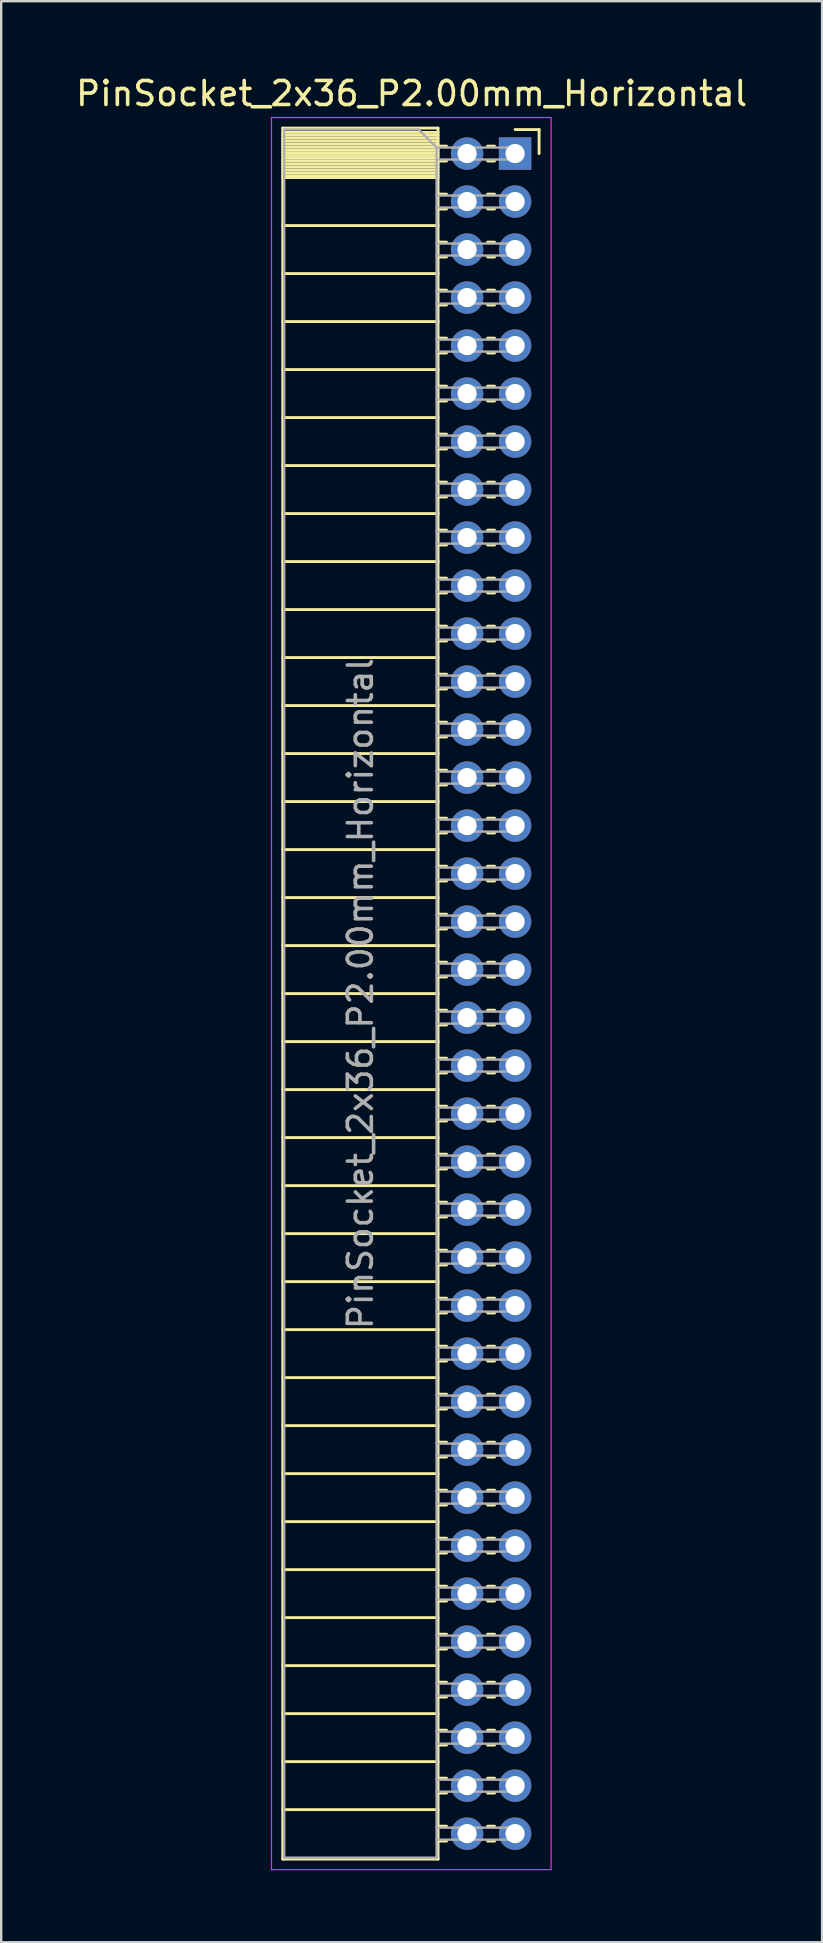
<source format=kicad_pcb>
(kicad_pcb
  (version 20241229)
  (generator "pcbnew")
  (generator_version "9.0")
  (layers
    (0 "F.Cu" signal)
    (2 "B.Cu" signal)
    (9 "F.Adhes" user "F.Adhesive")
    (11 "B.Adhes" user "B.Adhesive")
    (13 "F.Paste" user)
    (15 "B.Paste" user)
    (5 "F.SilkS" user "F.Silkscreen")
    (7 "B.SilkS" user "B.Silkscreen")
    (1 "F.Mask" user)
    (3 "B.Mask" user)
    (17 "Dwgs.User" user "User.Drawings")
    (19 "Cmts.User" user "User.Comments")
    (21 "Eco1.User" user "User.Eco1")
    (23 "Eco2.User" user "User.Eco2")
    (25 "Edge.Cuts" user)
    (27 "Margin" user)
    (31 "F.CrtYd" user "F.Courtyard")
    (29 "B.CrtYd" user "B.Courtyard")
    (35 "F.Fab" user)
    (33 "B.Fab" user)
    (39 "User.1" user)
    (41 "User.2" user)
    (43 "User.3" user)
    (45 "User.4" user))
  (footprint "PinSocket_2x36_P2.00mm_Horizontal"
    (layer "F.Cu")
    (at 18.411 3.348)
    (property "Reference" "PinSocket_2x36_P2.00mm_Horizontal" (at -4.31 -2.5 0) (layer "F.SilkS") (effects (font (size 1 1) (thickness 0.15))))
    (attr through_hole)
    (fp_line (start -9.68 -1.06) (end -3.21 -1.06) (stroke (width 0.12) (type solid)) (layer "F.SilkS"))
    (fp_line (start -9.68 -0.88) (end -3.21 -0.88) (stroke (width 0.12) (type solid)) (layer "F.SilkS"))
    (fp_line (start -9.68 -0.76) (end -3.21 -0.76) (stroke (width 0.12) (type solid)) (layer "F.SilkS"))
    (fp_line (start -9.68 -0.64) (end -3.21 -0.64) (stroke (width 0.12) (type solid)) (layer "F.SilkS"))
    (fp_line (start -9.68 -0.52) (end -3.21 -0.52) (stroke (width 0.12) (type solid)) (layer "F.SilkS"))
    (fp_line (start -9.68 -0.4) (end -3.21 -0.4) (stroke (width 0.12) (type solid)) (layer "F.SilkS"))
    (fp_line (start -9.68 -0.28) (end -3.21 -0.28) (stroke (width 0.12) (type solid)) (layer "F.SilkS"))
    (fp_line (start -9.68 -0.16) (end -3.21 -0.16) (stroke (width 0.12) (type solid)) (layer "F.SilkS"))
    (fp_line (start -9.68 -0.04) (end -3.21 -0.04) (stroke (width 0.12) (type solid)) (layer "F.SilkS"))
    (fp_line (start -9.68 0.08) (end -3.21 0.08) (stroke (width 0.12) (type solid)) (layer "F.SilkS"))
    (fp_line (start -9.68 0.2) (end -3.21 0.2) (stroke (width 0.12) (type solid)) (layer "F.SilkS"))
    (fp_line (start -9.68 0.32) (end -3.21 0.32) (stroke (width 0.12) (type solid)) (layer "F.SilkS"))
    (fp_line (start -9.68 0.44) (end -3.21 0.44) (stroke (width 0.12) (type solid)) (layer "F.SilkS"))
    (fp_line (start -9.68 0.56) (end -3.21 0.56) (stroke (width 0.12) (type solid)) (layer "F.SilkS"))
    (fp_line (start -9.68 0.68) (end -3.21 0.68) (stroke (width 0.12) (type solid)) (layer "F.SilkS"))
    (fp_line (start -9.68 0.8) (end -3.21 0.8) (stroke (width 0.12) (type solid)) (layer "F.SilkS"))
    (fp_line (start -9.68 0.92) (end -3.21 0.92) (stroke (width 0.12) (type solid)) (layer "F.SilkS"))
    (fp_line (start -9.68 1) (end -3.21 1) (stroke (width 0.12) (type solid)) (layer "F.SilkS"))
    (fp_line (start -9.68 3) (end -3.21 3) (stroke (width 0.12) (type solid)) (layer "F.SilkS"))
    (fp_line (start -9.68 5) (end -3.21 5) (stroke (width 0.12) (type solid)) (layer "F.SilkS"))
    (fp_line (start -9.68 7) (end -3.21 7) (stroke (width 0.12) (type solid)) (layer "F.SilkS"))
    (fp_line (start -9.68 9) (end -3.21 9) (stroke (width 0.12) (type solid)) (layer "F.SilkS"))
    (fp_line (start -9.68 11) (end -3.21 11) (stroke (width 0.12) (type solid)) (layer "F.SilkS"))
    (fp_line (start -9.68 13) (end -3.21 13) (stroke (width 0.12) (type solid)) (layer "F.SilkS"))
    (fp_line (start -9.68 15) (end -3.21 15) (stroke (width 0.12) (type solid)) (layer "F.SilkS"))
    (fp_line (start -9.68 17) (end -3.21 17) (stroke (width 0.12) (type solid)) (layer "F.SilkS"))
    (fp_line (start -9.68 19) (end -3.21 19) (stroke (width 0.12) (type solid)) (layer "F.SilkS"))
    (fp_line (start -9.68 21) (end -3.21 21) (stroke (width 0.12) (type solid)) (layer "F.SilkS"))
    (fp_line (start -9.68 23) (end -3.21 23) (stroke (width 0.12) (type solid)) (layer "F.SilkS"))
    (fp_line (start -9.68 25) (end -3.21 25) (stroke (width 0.12) (type solid)) (layer "F.SilkS"))
    (fp_line (start -9.68 27) (end -3.21 27) (stroke (width 0.12) (type solid)) (layer "F.SilkS"))
    (fp_line (start -9.68 29) (end -3.21 29) (stroke (width 0.12) (type solid)) (layer "F.SilkS"))
    (fp_line (start -9.68 31) (end -3.21 31) (stroke (width 0.12) (type solid)) (layer "F.SilkS"))
    (fp_line (start -9.68 33) (end -3.21 33) (stroke (width 0.12) (type solid)) (layer "F.SilkS"))
    (fp_line (start -9.68 35) (end -3.21 35) (stroke (width 0.12) (type solid)) (layer "F.SilkS"))
    (fp_line (start -9.68 37) (end -3.21 37) (stroke (width 0.12) (type solid)) (layer "F.SilkS"))
    (fp_line (start -9.68 39) (end -3.21 39) (stroke (width 0.12) (type solid)) (layer "F.SilkS"))
    (fp_line (start -9.68 41) (end -3.21 41) (stroke (width 0.12) (type solid)) (layer "F.SilkS"))
    (fp_line (start -9.68 43) (end -3.21 43) (stroke (width 0.12) (type solid)) (layer "F.SilkS"))
    (fp_line (start -9.68 45) (end -3.21 45) (stroke (width 0.12) (type solid)) (layer "F.SilkS"))
    (fp_line (start -9.68 47) (end -3.21 47) (stroke (width 0.12) (type solid)) (layer "F.SilkS"))
    (fp_line (start -9.68 49) (end -3.21 49) (stroke (width 0.12) (type solid)) (layer "F.SilkS"))
    (fp_line (start -9.68 51) (end -3.21 51) (stroke (width 0.12) (type solid)) (layer "F.SilkS"))
    (fp_line (start -9.68 53) (end -3.21 53) (stroke (width 0.12) (type solid)) (layer "F.SilkS"))
    (fp_line (start -9.68 55) (end -3.21 55) (stroke (width 0.12) (type solid)) (layer "F.SilkS"))
    (fp_line (start -9.68 57) (end -3.21 57) (stroke (width 0.12) (type solid)) (layer "F.SilkS"))
    (fp_line (start -9.68 59) (end -3.21 59) (stroke (width 0.12) (type solid)) (layer "F.SilkS"))
    (fp_line (start -9.68 61) (end -3.21 61) (stroke (width 0.12) (type solid)) (layer "F.SilkS"))
    (fp_line (start -9.68 63) (end -3.21 63) (stroke (width 0.12) (type solid)) (layer "F.SilkS"))
    (fp_line (start -9.68 65) (end -3.21 65) (stroke (width 0.12) (type solid)) (layer "F.SilkS"))
    (fp_line (start -9.68 67) (end -3.21 67) (stroke (width 0.12) (type solid)) (layer "F.SilkS"))
    (fp_line (start -9.68 69) (end -3.21 69) (stroke (width 0.12) (type solid)) (layer "F.SilkS"))
    (fp_line (start -9.68 71.06) (end -9.68 -1.06) (stroke (width 0.12) (type solid)) (layer "F.SilkS"))
    (fp_line (start -3.21 -1.06) (end -3.21 71.06) (stroke (width 0.12) (type solid)) (layer "F.SilkS"))
    (fp_line (start -3.21 -0.31) (end -2.855 -0.31) (stroke (width 0.12) (type solid)) (layer "F.SilkS"))
    (fp_line (start -3.21 1.69) (end -2.855 1.69) (stroke (width 0.12) (type solid)) (layer "F.SilkS"))
    (fp_line (start -3.21 3.69) (end -2.855 3.69) (stroke (width 0.12) (type solid)) (layer "F.SilkS"))
    (fp_line (start -3.21 5.69) (end -2.855 5.69) (stroke (width 0.12) (type solid)) (layer "F.SilkS"))
    (fp_line (start -3.21 7.69) (end -2.855 7.69) (stroke (width 0.12) (type solid)) (layer "F.SilkS"))
    (fp_line (start -3.21 9.69) (end -2.855 9.69) (stroke (width 0.12) (type solid)) (layer "F.SilkS"))
    (fp_line (start -3.21 11.69) (end -2.855 11.69) (stroke (width 0.12) (type solid)) (layer "F.SilkS"))
    (fp_line (start -3.21 13.69) (end -2.855 13.69) (stroke (width 0.12) (type solid)) (layer "F.SilkS"))
    (fp_line (start -3.21 15.69) (end -2.855 15.69) (stroke (width 0.12) (type solid)) (layer "F.SilkS"))
    (fp_line (start -3.21 17.69) (end -2.855 17.69) (stroke (width 0.12) (type solid)) (layer "F.SilkS"))
    (fp_line (start -3.21 19.69) (end -2.855 19.69) (stroke (width 0.12) (type solid)) (layer "F.SilkS"))
    (fp_line (start -3.21 21.69) (end -2.855 21.69) (stroke (width 0.12) (type solid)) (layer "F.SilkS"))
    (fp_line (start -3.21 23.69) (end -2.855 23.69) (stroke (width 0.12) (type solid)) (layer "F.SilkS"))
    (fp_line (start -3.21 25.69) (end -2.855 25.69) (stroke (width 0.12) (type solid)) (layer "F.SilkS"))
    (fp_line (start -3.21 27.69) (end -2.855 27.69) (stroke (width 0.12) (type solid)) (layer "F.SilkS"))
    (fp_line (start -3.21 29.69) (end -2.855 29.69) (stroke (width 0.12) (type solid)) (layer "F.SilkS"))
    (fp_line (start -3.21 31.69) (end -2.855 31.69) (stroke (width 0.12) (type solid)) (layer "F.SilkS"))
    (fp_line (start -3.21 33.69) (end -2.855 33.69) (stroke (width 0.12) (type solid)) (layer "F.SilkS"))
    (fp_line (start -3.21 35.69) (end -2.855 35.69) (stroke (width 0.12) (type solid)) (layer "F.SilkS"))
    (fp_line (start -3.21 37.69) (end -2.855 37.69) (stroke (width 0.12) (type solid)) (layer "F.SilkS"))
    (fp_line (start -3.21 39.69) (end -2.855 39.69) (stroke (width 0.12) (type solid)) (layer "F.SilkS"))
    (fp_line (start -3.21 41.69) (end -2.855 41.69) (stroke (width 0.12) (type solid)) (layer "F.SilkS"))
    (fp_line (start -3.21 43.69) (end -2.855 43.69) (stroke (width 0.12) (type solid)) (layer "F.SilkS"))
    (fp_line (start -3.21 45.69) (end -2.855 45.69) (stroke (width 0.12) (type solid)) (layer "F.SilkS"))
    (fp_line (start -3.21 47.69) (end -2.855 47.69) (stroke (width 0.12) (type solid)) (layer "F.SilkS"))
    (fp_line (start -3.21 49.69) (end -2.855 49.69) (stroke (width 0.12) (type solid)) (layer "F.SilkS"))
    (fp_line (start -3.21 51.69) (end -2.855 51.69) (stroke (width 0.12) (type solid)) (layer "F.SilkS"))
    (fp_line (start -3.21 53.69) (end -2.855 53.69) (stroke (width 0.12) (type solid)) (layer "F.SilkS"))
    (fp_line (start -3.21 55.69) (end -2.855 55.69) (stroke (width 0.12) (type solid)) (layer "F.SilkS"))
    (fp_line (start -3.21 57.69) (end -2.855 57.69) (stroke (width 0.12) (type solid)) (layer "F.SilkS"))
    (fp_line (start -3.21 59.69) (end -2.855 59.69) (stroke (width 0.12) (type solid)) (layer "F.SilkS"))
    (fp_line (start -3.21 61.69) (end -2.855 61.69) (stroke (width 0.12) (type solid)) (layer "F.SilkS"))
    (fp_line (start -3.21 63.69) (end -2.855 63.69) (stroke (width 0.12) (type solid)) (layer "F.SilkS"))
    (fp_line (start -3.21 65.69) (end -2.855 65.69) (stroke (width 0.12) (type solid)) (layer "F.SilkS"))
    (fp_line (start -3.21 67.69) (end -2.855 67.69) (stroke (width 0.12) (type solid)) (layer "F.SilkS"))
    (fp_line (start -3.21 69.69) (end -2.855 69.69) (stroke (width 0.12) (type solid)) (layer "F.SilkS"))
    (fp_line (start -3.21 71.06) (end -9.68 71.06) (stroke (width 0.12) (type solid)) (layer "F.SilkS"))
    (fp_line (start -2.855 0.31) (end -3.21 0.31) (stroke (width 0.12) (type solid)) (layer "F.SilkS"))
    (fp_line (start -2.855 2.31) (end -3.21 2.31) (stroke (width 0.12) (type solid)) (layer "F.SilkS"))
    (fp_line (start -2.855 4.31) (end -3.21 4.31) (stroke (width 0.12) (type solid)) (layer "F.SilkS"))
    (fp_line (start -2.855 6.31) (end -3.21 6.31) (stroke (width 0.12) (type solid)) (layer "F.SilkS"))
    (fp_line (start -2.855 8.31) (end -3.21 8.31) (stroke (width 0.12) (type solid)) (layer "F.SilkS"))
    (fp_line (start -2.855 10.31) (end -3.21 10.31) (stroke (width 0.12) (type solid)) (layer "F.SilkS"))
    (fp_line (start -2.855 12.31) (end -3.21 12.31) (stroke (width 0.12) (type solid)) (layer "F.SilkS"))
    (fp_line (start -2.855 14.31) (end -3.21 14.31) (stroke (width 0.12) (type solid)) (layer "F.SilkS"))
    (fp_line (start -2.855 16.31) (end -3.21 16.31) (stroke (width 0.12) (type solid)) (layer "F.SilkS"))
    (fp_line (start -2.855 18.31) (end -3.21 18.31) (stroke (width 0.12) (type solid)) (layer "F.SilkS"))
    (fp_line (start -2.855 20.31) (end -3.21 20.31) (stroke (width 0.12) (type solid)) (layer "F.SilkS"))
    (fp_line (start -2.855 22.31) (end -3.21 22.31) (stroke (width 0.12) (type solid)) (layer "F.SilkS"))
    (fp_line (start -2.855 24.31) (end -3.21 24.31) (stroke (width 0.12) (type solid)) (layer "F.SilkS"))
    (fp_line (start -2.855 26.31) (end -3.21 26.31) (stroke (width 0.12) (type solid)) (layer "F.SilkS"))
    (fp_line (start -2.855 28.31) (end -3.21 28.31) (stroke (width 0.12) (type solid)) (layer "F.SilkS"))
    (fp_line (start -2.855 30.31) (end -3.21 30.31) (stroke (width 0.12) (type solid)) (layer "F.SilkS"))
    (fp_line (start -2.855 32.31) (end -3.21 32.31) (stroke (width 0.12) (type solid)) (layer "F.SilkS"))
    (fp_line (start -2.855 34.31) (end -3.21 34.31) (stroke (width 0.12) (type solid)) (layer "F.SilkS"))
    (fp_line (start -2.855 36.31) (end -3.21 36.31) (stroke (width 0.12) (type solid)) (layer "F.SilkS"))
    (fp_line (start -2.855 38.31) (end -3.21 38.31) (stroke (width 0.12) (type solid)) (layer "F.SilkS"))
    (fp_line (start -2.855 40.31) (end -3.21 40.31) (stroke (width 0.12) (type solid)) (layer "F.SilkS"))
    (fp_line (start -2.855 42.31) (end -3.21 42.31) (stroke (width 0.12) (type solid)) (layer "F.SilkS"))
    (fp_line (start -2.855 44.31) (end -3.21 44.31) (stroke (width 0.12) (type solid)) (layer "F.SilkS"))
    (fp_line (start -2.855 46.31) (end -3.21 46.31) (stroke (width 0.12) (type solid)) (layer "F.SilkS"))
    (fp_line (start -2.855 48.31) (end -3.21 48.31) (stroke (width 0.12) (type solid)) (layer "F.SilkS"))
    (fp_line (start -2.855 50.31) (end -3.21 50.31) (stroke (width 0.12) (type solid)) (layer "F.SilkS"))
    (fp_line (start -2.855 52.31) (end -3.21 52.31) (stroke (width 0.12) (type solid)) (layer "F.SilkS"))
    (fp_line (start -2.855 54.31) (end -3.21 54.31) (stroke (width 0.12) (type solid)) (layer "F.SilkS"))
    (fp_line (start -2.855 56.31) (end -3.21 56.31) (stroke (width 0.12) (type solid)) (layer "F.SilkS"))
    (fp_line (start -2.855 58.31) (end -3.21 58.31) (stroke (width 0.12) (type solid)) (layer "F.SilkS"))
    (fp_line (start -2.855 60.31) (end -3.21 60.31) (stroke (width 0.12) (type solid)) (layer "F.SilkS"))
    (fp_line (start -2.855 62.31) (end -3.21 62.31) (stroke (width 0.12) (type solid)) (layer "F.SilkS"))
    (fp_line (start -2.855 64.31) (end -3.21 64.31) (stroke (width 0.12) (type solid)) (layer "F.SilkS"))
    (fp_line (start -2.855 66.31) (end -3.21 66.31) (stroke (width 0.12) (type solid)) (layer "F.SilkS"))
    (fp_line (start -2.855 68.31) (end -3.21 68.31) (stroke (width 0.12) (type solid)) (layer "F.SilkS"))
    (fp_line (start -2.855 70.31) (end -3.21 70.31) (stroke (width 0.12) (type solid)) (layer "F.SilkS"))
    (fp_line (start -1.145 0.31) (end -0.855 0.31) (stroke (width 0.12) (type solid)) (layer "F.SilkS"))
    (fp_line (start -1.145 2.31) (end -0.855 2.31) (stroke (width 0.12) (type solid)) (layer "F.SilkS"))
    (fp_line (start -1.145 4.31) (end -0.855 4.31) (stroke (width 0.12) (type solid)) (layer "F.SilkS"))
    (fp_line (start -1.145 6.31) (end -0.855 6.31) (stroke (width 0.12) (type solid)) (layer "F.SilkS"))
    (fp_line (start -1.145 8.31) (end -0.855 8.31) (stroke (width 0.12) (type solid)) (layer "F.SilkS"))
    (fp_line (start -1.145 10.31) (end -0.855 10.31) (stroke (width 0.12) (type solid)) (layer "F.SilkS"))
    (fp_line (start -1.145 12.31) (end -0.855 12.31) (stroke (width 0.12) (type solid)) (layer "F.SilkS"))
    (fp_line (start -1.145 14.31) (end -0.855 14.31) (stroke (width 0.12) (type solid)) (layer "F.SilkS"))
    (fp_line (start -1.145 16.31) (end -0.855 16.31) (stroke (width 0.12) (type solid)) (layer "F.SilkS"))
    (fp_line (start -1.145 18.31) (end -0.855 18.31) (stroke (width 0.12) (type solid)) (layer "F.SilkS"))
    (fp_line (start -1.145 20.31) (end -0.855 20.31) (stroke (width 0.12) (type solid)) (layer "F.SilkS"))
    (fp_line (start -1.145 22.31) (end -0.855 22.31) (stroke (width 0.12) (type solid)) (layer "F.SilkS"))
    (fp_line (start -1.145 24.31) (end -0.855 24.31) (stroke (width 0.12) (type solid)) (layer "F.SilkS"))
    (fp_line (start -1.145 26.31) (end -0.855 26.31) (stroke (width 0.12) (type solid)) (layer "F.SilkS"))
    (fp_line (start -1.145 28.31) (end -0.855 28.31) (stroke (width 0.12) (type solid)) (layer "F.SilkS"))
    (fp_line (start -1.145 30.31) (end -0.855 30.31) (stroke (width 0.12) (type solid)) (layer "F.SilkS"))
    (fp_line (start -1.145 32.31) (end -0.855 32.31) (stroke (width 0.12) (type solid)) (layer "F.SilkS"))
    (fp_line (start -1.145 34.31) (end -0.855 34.31) (stroke (width 0.12) (type solid)) (layer "F.SilkS"))
    (fp_line (start -1.145 36.31) (end -0.855 36.31) (stroke (width 0.12) (type solid)) (layer "F.SilkS"))
    (fp_line (start -1.145 38.31) (end -0.855 38.31) (stroke (width 0.12) (type solid)) (layer "F.SilkS"))
    (fp_line (start -1.145 40.31) (end -0.855 40.31) (stroke (width 0.12) (type solid)) (layer "F.SilkS"))
    (fp_line (start -1.145 42.31) (end -0.855 42.31) (stroke (width 0.12) (type solid)) (layer "F.SilkS"))
    (fp_line (start -1.145 44.31) (end -0.855 44.31) (stroke (width 0.12) (type solid)) (layer "F.SilkS"))
    (fp_line (start -1.145 46.31) (end -0.855 46.31) (stroke (width 0.12) (type solid)) (layer "F.SilkS"))
    (fp_line (start -1.145 48.31) (end -0.855 48.31) (stroke (width 0.12) (type solid)) (layer "F.SilkS"))
    (fp_line (start -1.145 50.31) (end -0.855 50.31) (stroke (width 0.12) (type solid)) (layer "F.SilkS"))
    (fp_line (start -1.145 52.31) (end -0.855 52.31) (stroke (width 0.12) (type solid)) (layer "F.SilkS"))
    (fp_line (start -1.145 54.31) (end -0.855 54.31) (stroke (width 0.12) (type solid)) (layer "F.SilkS"))
    (fp_line (start -1.145 56.31) (end -0.855 56.31) (stroke (width 0.12) (type solid)) (layer "F.SilkS"))
    (fp_line (start -1.145 58.31) (end -0.855 58.31) (stroke (width 0.12) (type solid)) (layer "F.SilkS"))
    (fp_line (start -1.145 60.31) (end -0.855 60.31) (stroke (width 0.12) (type solid)) (layer "F.SilkS"))
    (fp_line (start -1.145 62.31) (end -0.855 62.31) (stroke (width 0.12) (type solid)) (layer "F.SilkS"))
    (fp_line (start -1.145 64.31) (end -0.855 64.31) (stroke (width 0.12) (type solid)) (layer "F.SilkS"))
    (fp_line (start -1.145 66.31) (end -0.855 66.31) (stroke (width 0.12) (type solid)) (layer "F.SilkS"))
    (fp_line (start -1.145 68.31) (end -0.855 68.31) (stroke (width 0.12) (type solid)) (layer "F.SilkS"))
    (fp_line (start -1.145 70.31) (end -0.855 70.31) (stroke (width 0.12) (type solid)) (layer "F.SilkS"))
    (fp_line (start -0.855 -0.31) (end -1.145 -0.31) (stroke (width 0.12) (type solid)) (layer "F.SilkS"))
    (fp_line (start -0.855 1.69) (end -1.145 1.69) (stroke (width 0.12) (type solid)) (layer "F.SilkS"))
    (fp_line (start -0.855 3.69) (end -1.145 3.69) (stroke (width 0.12) (type solid)) (layer "F.SilkS"))
    (fp_line (start -0.855 5.69) (end -1.145 5.69) (stroke (width 0.12) (type solid)) (layer "F.SilkS"))
    (fp_line (start -0.855 7.69) (end -1.145 7.69) (stroke (width 0.12) (type solid)) (layer "F.SilkS"))
    (fp_line (start -0.855 9.69) (end -1.145 9.69) (stroke (width 0.12) (type solid)) (layer "F.SilkS"))
    (fp_line (start -0.855 11.69) (end -1.145 11.69) (stroke (width 0.12) (type solid)) (layer "F.SilkS"))
    (fp_line (start -0.855 13.69) (end -1.145 13.69) (stroke (width 0.12) (type solid)) (layer "F.SilkS"))
    (fp_line (start -0.855 15.69) (end -1.145 15.69) (stroke (width 0.12) (type solid)) (layer "F.SilkS"))
    (fp_line (start -0.855 17.69) (end -1.145 17.69) (stroke (width 0.12) (type solid)) (layer "F.SilkS"))
    (fp_line (start -0.855 19.69) (end -1.145 19.69) (stroke (width 0.12) (type solid)) (layer "F.SilkS"))
    (fp_line (start -0.855 21.69) (end -1.145 21.69) (stroke (width 0.12) (type solid)) (layer "F.SilkS"))
    (fp_line (start -0.855 23.69) (end -1.145 23.69) (stroke (width 0.12) (type solid)) (layer "F.SilkS"))
    (fp_line (start -0.855 25.69) (end -1.145 25.69) (stroke (width 0.12) (type solid)) (layer "F.SilkS"))
    (fp_line (start -0.855 27.69) (end -1.145 27.69) (stroke (width 0.12) (type solid)) (layer "F.SilkS"))
    (fp_line (start -0.855 29.69) (end -1.145 29.69) (stroke (width 0.12) (type solid)) (layer "F.SilkS"))
    (fp_line (start -0.855 31.69) (end -1.145 31.69) (stroke (width 0.12) (type solid)) (layer "F.SilkS"))
    (fp_line (start -0.855 33.69) (end -1.145 33.69) (stroke (width 0.12) (type solid)) (layer "F.SilkS"))
    (fp_line (start -0.855 35.69) (end -1.145 35.69) (stroke (width 0.12) (type solid)) (layer "F.SilkS"))
    (fp_line (start -0.855 37.69) (end -1.145 37.69) (stroke (width 0.12) (type solid)) (layer "F.SilkS"))
    (fp_line (start -0.855 39.69) (end -1.145 39.69) (stroke (width 0.12) (type solid)) (layer "F.SilkS"))
    (fp_line (start -0.855 41.69) (end -1.145 41.69) (stroke (width 0.12) (type solid)) (layer "F.SilkS"))
    (fp_line (start -0.855 43.69) (end -1.145 43.69) (stroke (width 0.12) (type solid)) (layer "F.SilkS"))
    (fp_line (start -0.855 45.69) (end -1.145 45.69) (stroke (width 0.12) (type solid)) (layer "F.SilkS"))
    (fp_line (start -0.855 47.69) (end -1.145 47.69) (stroke (width 0.12) (type solid)) (layer "F.SilkS"))
    (fp_line (start -0.855 49.69) (end -1.145 49.69) (stroke (width 0.12) (type solid)) (layer "F.SilkS"))
    (fp_line (start -0.855 51.69) (end -1.145 51.69) (stroke (width 0.12) (type solid)) (layer "F.SilkS"))
    (fp_line (start -0.855 53.69) (end -1.145 53.69) (stroke (width 0.12) (type solid)) (layer "F.SilkS"))
    (fp_line (start -0.855 55.69) (end -1.145 55.69) (stroke (width 0.12) (type solid)) (layer "F.SilkS"))
    (fp_line (start -0.855 57.69) (end -1.145 57.69) (stroke (width 0.12) (type solid)) (layer "F.SilkS"))
    (fp_line (start -0.855 59.69) (end -1.145 59.69) (stroke (width 0.12) (type solid)) (layer "F.SilkS"))
    (fp_line (start -0.855 61.69) (end -1.145 61.69) (stroke (width 0.12) (type solid)) (layer "F.SilkS"))
    (fp_line (start -0.855 63.69) (end -1.145 63.69) (stroke (width 0.12) (type solid)) (layer "F.SilkS"))
    (fp_line (start -0.855 65.69) (end -1.145 65.69) (stroke (width 0.12) (type solid)) (layer "F.SilkS"))
    (fp_line (start -0.855 67.69) (end -1.145 67.69) (stroke (width 0.12) (type solid)) (layer "F.SilkS"))
    (fp_line (start -0.855 69.69) (end -1.145 69.69) (stroke (width 0.12) (type solid)) (layer "F.SilkS"))
    (fp_line (start 0 -1) (end 1 -1) (stroke (width 0.12) (type solid)) (layer "F.SilkS"))
    (fp_line (start 1 -1) (end 1 0) (stroke (width 0.12) (type solid)) (layer "F.SilkS"))
    (fp_line (start -10.15 -1.5) (end -10.15 71.5) (stroke (width 0.05) (type solid)) (layer "F.CrtYd"))
    (fp_line (start -10.15 71.5) (end 1.5 71.5) (stroke (width 0.05) (type solid)) (layer "F.CrtYd"))
    (fp_line (start 1.5 -1.5) (end -10.15 -1.5) (stroke (width 0.05) (type solid)) (layer "F.CrtYd"))
    (fp_line (start 1.5 71.5) (end 1.5 -1.5) (stroke (width 0.05) (type solid)) (layer "F.CrtYd"))
    (fp_line (start -9.62 -1) (end -4.02 -1) (stroke (width 0.1) (type solid)) (layer "F.Fab"))
    (fp_line (start -9.62 71) (end -9.62 -1) (stroke (width 0.1) (type solid)) (layer "F.Fab"))
    (fp_line (start -4.02 -1) (end -3.27 -0.25) (stroke (width 0.1) (type solid)) (layer "F.Fab"))
    (fp_line (start -3.27 -0.25) (end -3.27 71) (stroke (width 0.1) (type solid)) (layer "F.Fab"))
    (fp_line (start -3.27 0.25) (end 0 0.25) (stroke (width 0.1) (type solid)) (layer "F.Fab"))
    (fp_line (start -3.27 2.25) (end 0 2.25) (stroke (width 0.1) (type solid)) (layer "F.Fab"))
    (fp_line (start -3.27 4.25) (end 0 4.25) (stroke (width 0.1) (type solid)) (layer "F.Fab"))
    (fp_line (start -3.27 6.25) (end 0 6.25) (stroke (width 0.1) (type solid)) (layer "F.Fab"))
    (fp_line (start -3.27 8.25) (end 0 8.25) (stroke (width 0.1) (type solid)) (layer "F.Fab"))
    (fp_line (start -3.27 10.25) (end 0 10.25) (stroke (width 0.1) (type solid)) (layer "F.Fab"))
    (fp_line (start -3.27 12.25) (end 0 12.25) (stroke (width 0.1) (type solid)) (layer "F.Fab"))
    (fp_line (start -3.27 14.25) (end 0 14.25) (stroke (width 0.1) (type solid)) (layer "F.Fab"))
    (fp_line (start -3.27 16.25) (end 0 16.25) (stroke (width 0.1) (type solid)) (layer "F.Fab"))
    (fp_line (start -3.27 18.25) (end 0 18.25) (stroke (width 0.1) (type solid)) (layer "F.Fab"))
    (fp_line (start -3.27 20.25) (end 0 20.25) (stroke (width 0.1) (type solid)) (layer "F.Fab"))
    (fp_line (start -3.27 22.25) (end 0 22.25) (stroke (width 0.1) (type solid)) (layer "F.Fab"))
    (fp_line (start -3.27 24.25) (end 0 24.25) (stroke (width 0.1) (type solid)) (layer "F.Fab"))
    (fp_line (start -3.27 26.25) (end 0 26.25) (stroke (width 0.1) (type solid)) (layer "F.Fab"))
    (fp_line (start -3.27 28.25) (end 0 28.25) (stroke (width 0.1) (type solid)) (layer "F.Fab"))
    (fp_line (start -3.27 30.25) (end 0 30.25) (stroke (width 0.1) (type solid)) (layer "F.Fab"))
    (fp_line (start -3.27 32.25) (end 0 32.25) (stroke (width 0.1) (type solid)) (layer "F.Fab"))
    (fp_line (start -3.27 34.25) (end 0 34.25) (stroke (width 0.1) (type solid)) (layer "F.Fab"))
    (fp_line (start -3.27 36.25) (end 0 36.25) (stroke (width 0.1) (type solid)) (layer "F.Fab"))
    (fp_line (start -3.27 38.25) (end 0 38.25) (stroke (width 0.1) (type solid)) (layer "F.Fab"))
    (fp_line (start -3.27 40.25) (end 0 40.25) (stroke (width 0.1) (type solid)) (layer "F.Fab"))
    (fp_line (start -3.27 42.25) (end 0 42.25) (stroke (width 0.1) (type solid)) (layer "F.Fab"))
    (fp_line (start -3.27 44.25) (end 0 44.25) (stroke (width 0.1) (type solid)) (layer "F.Fab"))
    (fp_line (start -3.27 46.25) (end 0 46.25) (stroke (width 0.1) (type solid)) (layer "F.Fab"))
    (fp_line (start -3.27 48.25) (end 0 48.25) (stroke (width 0.1) (type solid)) (layer "F.Fab"))
    (fp_line (start -3.27 50.25) (end 0 50.25) (stroke (width 0.1) (type solid)) (layer "F.Fab"))
    (fp_line (start -3.27 52.25) (end 0 52.25) (stroke (width 0.1) (type solid)) (layer "F.Fab"))
    (fp_line (start -3.27 54.25) (end 0 54.25) (stroke (width 0.1) (type solid)) (layer "F.Fab"))
    (fp_line (start -3.27 56.25) (end 0 56.25) (stroke (width 0.1) (type solid)) (layer "F.Fab"))
    (fp_line (start -3.27 58.25) (end 0 58.25) (stroke (width 0.1) (type solid)) (layer "F.Fab"))
    (fp_line (start -3.27 60.25) (end 0 60.25) (stroke (width 0.1) (type solid)) (layer "F.Fab"))
    (fp_line (start -3.27 62.25) (end 0 62.25) (stroke (width 0.1) (type solid)) (layer "F.Fab"))
    (fp_line (start -3.27 64.25) (end 0 64.25) (stroke (width 0.1) (type solid)) (layer "F.Fab"))
    (fp_line (start -3.27 66.25) (end 0 66.25) (stroke (width 0.1) (type solid)) (layer "F.Fab"))
    (fp_line (start -3.27 68.25) (end 0 68.25) (stroke (width 0.1) (type solid)) (layer "F.Fab"))
    (fp_line (start -3.27 70.25) (end 0 70.25) (stroke (width 0.1) (type solid)) (layer "F.Fab"))
    (fp_line (start -3.27 71) (end -9.62 71) (stroke (width 0.1) (type solid)) (layer "F.Fab"))
    (fp_line (start 0 -0.25) (end -3.27 -0.25) (stroke (width 0.1) (type solid)) (layer "F.Fab"))
    (fp_line (start 0 0.25) (end 0 -0.25) (stroke (width 0.1) (type solid)) (layer "F.Fab"))
    (fp_line (start 0 1.75) (end -3.27 1.75) (stroke (width 0.1) (type solid)) (layer "F.Fab"))
    (fp_line (start 0 2.25) (end 0 1.75) (stroke (width 0.1) (type solid)) (layer "F.Fab"))
    (fp_line (start 0 3.75) (end -3.27 3.75) (stroke (width 0.1) (type solid)) (layer "F.Fab"))
    (fp_line (start 0 4.25) (end 0 3.75) (stroke (width 0.1) (type solid)) (layer "F.Fab"))
    (fp_line (start 0 5.75) (end -3.27 5.75) (stroke (width 0.1) (type solid)) (layer "F.Fab"))
    (fp_line (start 0 6.25) (end 0 5.75) (stroke (width 0.1) (type solid)) (layer "F.Fab"))
    (fp_line (start 0 7.75) (end -3.27 7.75) (stroke (width 0.1) (type solid)) (layer "F.Fab"))
    (fp_line (start 0 8.25) (end 0 7.75) (stroke (width 0.1) (type solid)) (layer "F.Fab"))
    (fp_line (start 0 9.75) (end -3.27 9.75) (stroke (width 0.1) (type solid)) (layer "F.Fab"))
    (fp_line (start 0 10.25) (end 0 9.75) (stroke (width 0.1) (type solid)) (layer "F.Fab"))
    (fp_line (start 0 11.75) (end -3.27 11.75) (stroke (width 0.1) (type solid)) (layer "F.Fab"))
    (fp_line (start 0 12.25) (end 0 11.75) (stroke (width 0.1) (type solid)) (layer "F.Fab"))
    (fp_line (start 0 13.75) (end -3.27 13.75) (stroke (width 0.1) (type solid)) (layer "F.Fab"))
    (fp_line (start 0 14.25) (end 0 13.75) (stroke (width 0.1) (type solid)) (layer "F.Fab"))
    (fp_line (start 0 15.75) (end -3.27 15.75) (stroke (width 0.1) (type solid)) (layer "F.Fab"))
    (fp_line (start 0 16.25) (end 0 15.75) (stroke (width 0.1) (type solid)) (layer "F.Fab"))
    (fp_line (start 0 17.75) (end -3.27 17.75) (stroke (width 0.1) (type solid)) (layer "F.Fab"))
    (fp_line (start 0 18.25) (end 0 17.75) (stroke (width 0.1) (type solid)) (layer "F.Fab"))
    (fp_line (start 0 19.75) (end -3.27 19.75) (stroke (width 0.1) (type solid)) (layer "F.Fab"))
    (fp_line (start 0 20.25) (end 0 19.75) (stroke (width 0.1) (type solid)) (layer "F.Fab"))
    (fp_line (start 0 21.75) (end -3.27 21.75) (stroke (width 0.1) (type solid)) (layer "F.Fab"))
    (fp_line (start 0 22.25) (end 0 21.75) (stroke (width 0.1) (type solid)) (layer "F.Fab"))
    (fp_line (start 0 23.75) (end -3.27 23.75) (stroke (width 0.1) (type solid)) (layer "F.Fab"))
    (fp_line (start 0 24.25) (end 0 23.75) (stroke (width 0.1) (type solid)) (layer "F.Fab"))
    (fp_line (start 0 25.75) (end -3.27 25.75) (stroke (width 0.1) (type solid)) (layer "F.Fab"))
    (fp_line (start 0 26.25) (end 0 25.75) (stroke (width 0.1) (type solid)) (layer "F.Fab"))
    (fp_line (start 0 27.75) (end -3.27 27.75) (stroke (width 0.1) (type solid)) (layer "F.Fab"))
    (fp_line (start 0 28.25) (end 0 27.75) (stroke (width 0.1) (type solid)) (layer "F.Fab"))
    (fp_line (start 0 29.75) (end -3.27 29.75) (stroke (width 0.1) (type solid)) (layer "F.Fab"))
    (fp_line (start 0 30.25) (end 0 29.75) (stroke (width 0.1) (type solid)) (layer "F.Fab"))
    (fp_line (start 0 31.75) (end -3.27 31.75) (stroke (width 0.1) (type solid)) (layer "F.Fab"))
    (fp_line (start 0 32.25) (end 0 31.75) (stroke (width 0.1) (type solid)) (layer "F.Fab"))
    (fp_line (start 0 33.75) (end -3.27 33.75) (stroke (width 0.1) (type solid)) (layer "F.Fab"))
    (fp_line (start 0 34.25) (end 0 33.75) (stroke (width 0.1) (type solid)) (layer "F.Fab"))
    (fp_line (start 0 35.75) (end -3.27 35.75) (stroke (width 0.1) (type solid)) (layer "F.Fab"))
    (fp_line (start 0 36.25) (end 0 35.75) (stroke (width 0.1) (type solid)) (layer "F.Fab"))
    (fp_line (start 0 37.75) (end -3.27 37.75) (stroke (width 0.1) (type solid)) (layer "F.Fab"))
    (fp_line (start 0 38.25) (end 0 37.75) (stroke (width 0.1) (type solid)) (layer "F.Fab"))
    (fp_line (start 0 39.75) (end -3.27 39.75) (stroke (width 0.1) (type solid)) (layer "F.Fab"))
    (fp_line (start 0 40.25) (end 0 39.75) (stroke (width 0.1) (type solid)) (layer "F.Fab"))
    (fp_line (start 0 41.75) (end -3.27 41.75) (stroke (width 0.1) (type solid)) (layer "F.Fab"))
    (fp_line (start 0 42.25) (end 0 41.75) (stroke (width 0.1) (type solid)) (layer "F.Fab"))
    (fp_line (start 0 43.75) (end -3.27 43.75) (stroke (width 0.1) (type solid)) (layer "F.Fab"))
    (fp_line (start 0 44.25) (end 0 43.75) (stroke (width 0.1) (type solid)) (layer "F.Fab"))
    (fp_line (start 0 45.75) (end -3.27 45.75) (stroke (width 0.1) (type solid)) (layer "F.Fab"))
    (fp_line (start 0 46.25) (end 0 45.75) (stroke (width 0.1) (type solid)) (layer "F.Fab"))
    (fp_line (start 0 47.75) (end -3.27 47.75) (stroke (width 0.1) (type solid)) (layer "F.Fab"))
    (fp_line (start 0 48.25) (end 0 47.75) (stroke (width 0.1) (type solid)) (layer "F.Fab"))
    (fp_line (start 0 49.75) (end -3.27 49.75) (stroke (width 0.1) (type solid)) (layer "F.Fab"))
    (fp_line (start 0 50.25) (end 0 49.75) (stroke (width 0.1) (type solid)) (layer "F.Fab"))
    (fp_line (start 0 51.75) (end -3.27 51.75) (stroke (width 0.1) (type solid)) (layer "F.Fab"))
    (fp_line (start 0 52.25) (end 0 51.75) (stroke (width 0.1) (type solid)) (layer "F.Fab"))
    (fp_line (start 0 53.75) (end -3.27 53.75) (stroke (width 0.1) (type solid)) (layer "F.Fab"))
    (fp_line (start 0 54.25) (end 0 53.75) (stroke (width 0.1) (type solid)) (layer "F.Fab"))
    (fp_line (start 0 55.75) (end -3.27 55.75) (stroke (width 0.1) (type solid)) (layer "F.Fab"))
    (fp_line (start 0 56.25) (end 0 55.75) (stroke (width 0.1) (type solid)) (layer "F.Fab"))
    (fp_line (start 0 57.75) (end -3.27 57.75) (stroke (width 0.1) (type solid)) (layer "F.Fab"))
    (fp_line (start 0 58.25) (end 0 57.75) (stroke (width 0.1) (type solid)) (layer "F.Fab"))
    (fp_line (start 0 59.75) (end -3.27 59.75) (stroke (width 0.1) (type solid)) (layer "F.Fab"))
    (fp_line (start 0 60.25) (end 0 59.75) (stroke (width 0.1) (type solid)) (layer "F.Fab"))
    (fp_line (start 0 61.75) (end -3.27 61.75) (stroke (width 0.1) (type solid)) (layer "F.Fab"))
    (fp_line (start 0 62.25) (end 0 61.75) (stroke (width 0.1) (type solid)) (layer "F.Fab"))
    (fp_line (start 0 63.75) (end -3.27 63.75) (stroke (width 0.1) (type solid)) (layer "F.Fab"))
    (fp_line (start 0 64.25) (end 0 63.75) (stroke (width 0.1) (type solid)) (layer "F.Fab"))
    (fp_line (start 0 65.75) (end -3.27 65.75) (stroke (width 0.1) (type solid)) (layer "F.Fab"))
    (fp_line (start 0 66.25) (end 0 65.75) (stroke (width 0.1) (type solid)) (layer "F.Fab"))
    (fp_line (start 0 67.75) (end -3.27 67.75) (stroke (width 0.1) (type solid)) (layer "F.Fab"))
    (fp_line (start 0 68.25) (end 0 67.75) (stroke (width 0.1) (type solid)) (layer "F.Fab"))
    (fp_line (start 0 69.75) (end -3.27 69.75) (stroke (width 0.1) (type solid)) (layer "F.Fab"))
    (fp_line (start 0 70.25) (end 0 69.75) (stroke (width 0.1) (type solid)) (layer "F.Fab"))
    (fp_text user "${REFERENCE}" (at -6.445 35 90) (layer "F.Fab") (effects (font (size 1 1) (thickness 0.15))))
    (pad "1" thru_hole rect (at 0 0) (size 1.35 1.35) (drill 0.8) (layers "*.Cu" "*.Mask"))
    (pad "2" thru_hole oval (at -2 0) (size 1.35 1.35) (drill 0.8) (layers "*.Cu" "*.Mask"))
    (pad "3" thru_hole oval (at 0 2) (size 1.35 1.35) (drill 0.8) (layers "*.Cu" "*.Mask"))
    (pad "4" thru_hole oval (at -2 2) (size 1.35 1.35) (drill 0.8) (layers "*.Cu" "*.Mask"))
    (pad "5" thru_hole oval (at 0 4) (size 1.35 1.35) (drill 0.8) (layers "*.Cu" "*.Mask"))
    (pad "6" thru_hole oval (at -2 4) (size 1.35 1.35) (drill 0.8) (layers "*.Cu" "*.Mask"))
    (pad "7" thru_hole oval (at 0 6) (size 1.35 1.35) (drill 0.8) (layers "*.Cu" "*.Mask"))
    (pad "8" thru_hole oval (at -2 6) (size 1.35 1.35) (drill 0.8) (layers "*.Cu" "*.Mask"))
    (pad "9" thru_hole oval (at 0 8) (size 1.35 1.35) (drill 0.8) (layers "*.Cu" "*.Mask"))
    (pad "10" thru_hole oval (at -2 8) (size 1.35 1.35) (drill 0.8) (layers "*.Cu" "*.Mask"))
    (pad "11" thru_hole oval (at 0 10) (size 1.35 1.35) (drill 0.8) (layers "*.Cu" "*.Mask"))
    (pad "12" thru_hole oval (at -2 10) (size 1.35 1.35) (drill 0.8) (layers "*.Cu" "*.Mask"))
    (pad "13" thru_hole oval (at 0 12) (size 1.35 1.35) (drill 0.8) (layers "*.Cu" "*.Mask"))
    (pad "14" thru_hole oval (at -2 12) (size 1.35 1.35) (drill 0.8) (layers "*.Cu" "*.Mask"))
    (pad "15" thru_hole oval (at 0 14) (size 1.35 1.35) (drill 0.8) (layers "*.Cu" "*.Mask"))
    (pad "16" thru_hole oval (at -2 14) (size 1.35 1.35) (drill 0.8) (layers "*.Cu" "*.Mask"))
    (pad "17" thru_hole oval (at 0 16) (size 1.35 1.35) (drill 0.8) (layers "*.Cu" "*.Mask"))
    (pad "18" thru_hole oval (at -2 16) (size 1.35 1.35) (drill 0.8) (layers "*.Cu" "*.Mask"))
    (pad "19" thru_hole oval (at 0 18) (size 1.35 1.35) (drill 0.8) (layers "*.Cu" "*.Mask"))
    (pad "20" thru_hole oval (at -2 18) (size 1.35 1.35) (drill 0.8) (layers "*.Cu" "*.Mask"))
    (pad "21" thru_hole oval (at 0 20) (size 1.35 1.35) (drill 0.8) (layers "*.Cu" "*.Mask"))
    (pad "22" thru_hole oval (at -2 20) (size 1.35 1.35) (drill 0.8) (layers "*.Cu" "*.Mask"))
    (pad "23" thru_hole oval (at 0 22) (size 1.35 1.35) (drill 0.8) (layers "*.Cu" "*.Mask"))
    (pad "24" thru_hole oval (at -2 22) (size 1.35 1.35) (drill 0.8) (layers "*.Cu" "*.Mask"))
    (pad "25" thru_hole oval (at 0 24) (size 1.35 1.35) (drill 0.8) (layers "*.Cu" "*.Mask"))
    (pad "26" thru_hole oval (at -2 24) (size 1.35 1.35) (drill 0.8) (layers "*.Cu" "*.Mask"))
    (pad "27" thru_hole oval (at 0 26) (size 1.35 1.35) (drill 0.8) (layers "*.Cu" "*.Mask"))
    (pad "28" thru_hole oval (at -2 26) (size 1.35 1.35) (drill 0.8) (layers "*.Cu" "*.Mask"))
    (pad "29" thru_hole oval (at 0 28) (size 1.35 1.35) (drill 0.8) (layers "*.Cu" "*.Mask"))
    (pad "30" thru_hole oval (at -2 28) (size 1.35 1.35) (drill 0.8) (layers "*.Cu" "*.Mask"))
    (pad "31" thru_hole oval (at 0 30) (size 1.35 1.35) (drill 0.8) (layers "*.Cu" "*.Mask"))
    (pad "32" thru_hole oval (at -2 30) (size 1.35 1.35) (drill 0.8) (layers "*.Cu" "*.Mask"))
    (pad "33" thru_hole oval (at 0 32) (size 1.35 1.35) (drill 0.8) (layers "*.Cu" "*.Mask"))
    (pad "34" thru_hole oval (at -2 32) (size 1.35 1.35) (drill 0.8) (layers "*.Cu" "*.Mask"))
    (pad "35" thru_hole oval (at 0 34) (size 1.35 1.35) (drill 0.8) (layers "*.Cu" "*.Mask"))
    (pad "36" thru_hole oval (at -2 34) (size 1.35 1.35) (drill 0.8) (layers "*.Cu" "*.Mask"))
    (pad "37" thru_hole oval (at 0 36) (size 1.35 1.35) (drill 0.8) (layers "*.Cu" "*.Mask"))
    (pad "38" thru_hole oval (at -2 36) (size 1.35 1.35) (drill 0.8) (layers "*.Cu" "*.Mask"))
    (pad "39" thru_hole oval (at 0 38) (size 1.35 1.35) (drill 0.8) (layers "*.Cu" "*.Mask"))
    (pad "40" thru_hole oval (at -2 38) (size 1.35 1.35) (drill 0.8) (layers "*.Cu" "*.Mask"))
    (pad "41" thru_hole oval (at 0 40) (size 1.35 1.35) (drill 0.8) (layers "*.Cu" "*.Mask"))
    (pad "42" thru_hole oval (at -2 40) (size 1.35 1.35) (drill 0.8) (layers "*.Cu" "*.Mask"))
    (pad "43" thru_hole oval (at 0 42) (size 1.35 1.35) (drill 0.8) (layers "*.Cu" "*.Mask"))
    (pad "44" thru_hole oval (at -2 42) (size 1.35 1.35) (drill 0.8) (layers "*.Cu" "*.Mask"))
    (pad "45" thru_hole oval (at 0 44) (size 1.35 1.35) (drill 0.8) (layers "*.Cu" "*.Mask"))
    (pad "46" thru_hole oval (at -2 44) (size 1.35 1.35) (drill 0.8) (layers "*.Cu" "*.Mask"))
    (pad "47" thru_hole oval (at 0 46) (size 1.35 1.35) (drill 0.8) (layers "*.Cu" "*.Mask"))
    (pad "48" thru_hole oval (at -2 46) (size 1.35 1.35) (drill 0.8) (layers "*.Cu" "*.Mask"))
    (pad "49" thru_hole oval (at 0 48) (size 1.35 1.35) (drill 0.8) (layers "*.Cu" "*.Mask"))
    (pad "50" thru_hole oval (at -2 48) (size 1.35 1.35) (drill 0.8) (layers "*.Cu" "*.Mask"))
    (pad "51" thru_hole oval (at 0 50) (size 1.35 1.35) (drill 0.8) (layers "*.Cu" "*.Mask"))
    (pad "52" thru_hole oval (at -2 50) (size 1.35 1.35) (drill 0.8) (layers "*.Cu" "*.Mask"))
    (pad "53" thru_hole oval (at 0 52) (size 1.35 1.35) (drill 0.8) (layers "*.Cu" "*.Mask"))
    (pad "54" thru_hole oval (at -2 52) (size 1.35 1.35) (drill 0.8) (layers "*.Cu" "*.Mask"))
    (pad "55" thru_hole oval (at 0 54) (size 1.35 1.35) (drill 0.8) (layers "*.Cu" "*.Mask"))
    (pad "56" thru_hole oval (at -2 54) (size 1.35 1.35) (drill 0.8) (layers "*.Cu" "*.Mask"))
    (pad "57" thru_hole oval (at 0 56) (size 1.35 1.35) (drill 0.8) (layers "*.Cu" "*.Mask"))
    (pad "58" thru_hole oval (at -2 56) (size 1.35 1.35) (drill 0.8) (layers "*.Cu" "*.Mask"))
    (pad "59" thru_hole oval (at 0 58) (size 1.35 1.35) (drill 0.8) (layers "*.Cu" "*.Mask"))
    (pad "60" thru_hole oval (at -2 58) (size 1.35 1.35) (drill 0.8) (layers "*.Cu" "*.Mask"))
    (pad "61" thru_hole oval (at 0 60) (size 1.35 1.35) (drill 0.8) (layers "*.Cu" "*.Mask"))
    (pad "62" thru_hole oval (at -2 60) (size 1.35 1.35) (drill 0.8) (layers "*.Cu" "*.Mask"))
    (pad "63" thru_hole oval (at 0 62) (size 1.35 1.35) (drill 0.8) (layers "*.Cu" "*.Mask"))
    (pad "64" thru_hole oval (at -2 62) (size 1.35 1.35) (drill 0.8) (layers "*.Cu" "*.Mask"))
    (pad "65" thru_hole oval (at 0 64) (size 1.35 1.35) (drill 0.8) (layers "*.Cu" "*.Mask"))
    (pad "66" thru_hole oval (at -2 64) (size 1.35 1.35) (drill 0.8) (layers "*.Cu" "*.Mask"))
    (pad "67" thru_hole oval (at 0 66) (size 1.35 1.35) (drill 0.8) (layers "*.Cu" "*.Mask"))
    (pad "68" thru_hole oval (at -2 66) (size 1.35 1.35) (drill 0.8) (layers "*.Cu" "*.Mask"))
    (pad "69" thru_hole oval (at 0 68) (size 1.35 1.35) (drill 0.8) (layers "*.Cu" "*.Mask"))
    (pad "70" thru_hole oval (at -2 68) (size 1.35 1.35) (drill 0.8) (layers "*.Cu" "*.Mask"))
    (pad "71" thru_hole oval (at 0 70) (size 1.35 1.35) (drill 0.8) (layers "*.Cu" "*.Mask"))
    (pad "72" thru_hole oval (at -2 70) (size 1.35 1.35) (drill 0.8) (layers "*.Cu" "*.Mask")))
  (gr_rect
    (start -3 -3)
    (end 31.202 77.873)
    (stroke (width 0.1) (type default))
    (fill no)
    (layer "Edge.Cuts")))
</source>
